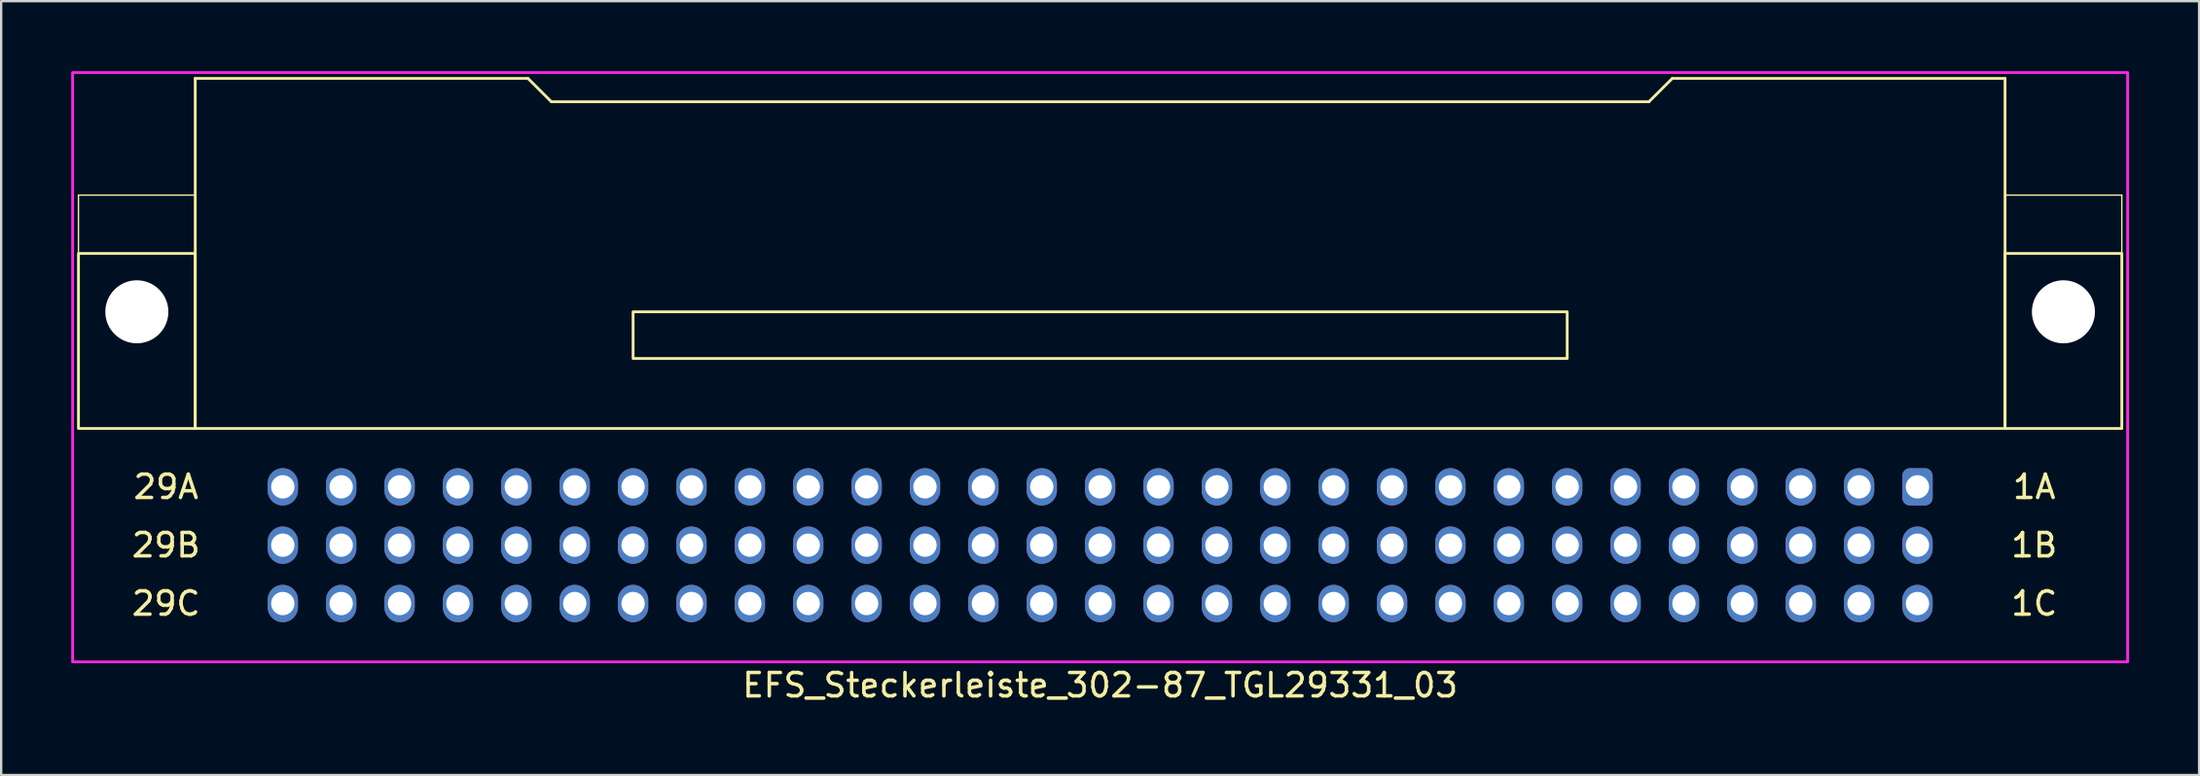
<source format=kicad_pcb>
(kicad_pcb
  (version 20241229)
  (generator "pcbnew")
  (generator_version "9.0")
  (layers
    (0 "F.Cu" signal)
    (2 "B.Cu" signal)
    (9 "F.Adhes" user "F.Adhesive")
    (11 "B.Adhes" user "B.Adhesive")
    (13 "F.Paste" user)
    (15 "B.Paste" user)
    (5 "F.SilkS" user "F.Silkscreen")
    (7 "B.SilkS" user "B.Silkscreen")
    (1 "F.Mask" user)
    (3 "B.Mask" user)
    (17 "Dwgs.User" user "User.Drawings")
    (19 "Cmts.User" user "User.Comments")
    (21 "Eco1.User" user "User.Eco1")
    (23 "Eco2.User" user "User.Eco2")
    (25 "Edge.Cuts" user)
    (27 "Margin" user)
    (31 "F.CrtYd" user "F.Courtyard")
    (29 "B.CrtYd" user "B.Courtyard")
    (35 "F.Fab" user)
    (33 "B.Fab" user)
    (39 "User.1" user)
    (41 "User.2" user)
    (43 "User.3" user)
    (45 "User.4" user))
  (footprint "EFS_Steckerleiste_302-87_TGL29331_03"
    (layer "F.Cu")
    (at 44.06 5.31)
    (property "Reference" "EFS_Steckerleiste_302-87_TGL29331_03" (at 0 21 180) (layer "F.SilkS") (effects (font (size 1 1) (thickness 0.15))))
    (attr through_hole)
    (fp_line (start -43.75 0) (end -43.75 2.5) (stroke (width 0.06) (type solid)) (layer "F.SilkS"))
    (fp_line (start -38.75 -5) (end -38.75 10) (stroke (width 0.12) (type solid)) (layer "F.SilkS"))
    (fp_line (start -38.75 -5) (end -24.5 -5) (stroke (width 0.12) (type solid)) (layer "F.SilkS"))
    (fp_line (start -38.75 0) (end -43.75 0) (stroke (width 0.06) (type solid)) (layer "F.SilkS"))
    (fp_line (start -38.75 10) (end 38.75 10) (stroke (width 0.12) (type solid)) (layer "F.SilkS"))
    (fp_line (start -24.5 -5) (end -23.5 -4) (stroke (width 0.12) (type solid)) (layer "F.SilkS"))
    (fp_line (start -23.5 -4) (end 23.5 -4) (stroke (width 0.12) (type solid)) (layer "F.SilkS"))
    (fp_line (start 24.5 -5) (end 23.5 -4) (stroke (width 0.12) (type solid)) (layer "F.SilkS"))
    (fp_line (start 38.75 -5) (end 24.5 -5) (stroke (width 0.12) (type solid)) (layer "F.SilkS"))
    (fp_line (start 38.75 10) (end 38.75 -5) (stroke (width 0.12) (type solid)) (layer "F.SilkS"))
    (fp_line (start 43.75 0) (end 38.75 0) (stroke (width 0.06) (type solid)) (layer "F.SilkS"))
    (fp_line (start 43.75 0) (end 43.75 2.5) (stroke (width 0.06) (type solid)) (layer "F.SilkS"))
    (fp_rect (start -38.75 10) (end -43.75 2.5) (stroke (width 0.12) (type solid)) (fill no) (layer "F.SilkS"))
    (fp_rect (start -20 7) (end 20 5) (stroke (width 0.12) (type solid)) (fill no) (layer "F.SilkS"))
    (fp_rect (start 43.75 10) (end 38.75 2.5) (stroke (width 0.12) (type solid)) (fill no) (layer "F.SilkS"))
    (fp_rect (start -44 -5.25) (end 44 20) (stroke (width 0.12) (type solid)) (fill no) (layer "F.CrtYd"))
    (fp_text user "1A" (at 40 12.5 0) (layer "F.SilkS") (effects (font (size 1 1) (thickness 0.15))))
    (fp_text user "29C" (at -40 17.5 0) (layer "F.SilkS") (effects (font (size 1 1) (thickness 0.15))))
    (fp_text user "1B" (at 40 15 0) (layer "F.SilkS") (effects (font (size 1 1) (thickness 0.15))))
    (fp_text user "29A" (at -40 12.5 0) (layer "F.SilkS") (effects (font (size 1 1) (thickness 0.15))))
    (fp_text user "29B" (at -40 15 0) (layer "F.SilkS") (effects (font (size 1 1) (thickness 0.15))))
    (fp_text user "1C" (at 40 17.5 0) (layer "F.SilkS") (effects (font (size 1 1) (thickness 0.15))))
    (pad "" np_thru_hole circle (at -41.25 5) (size 2.7 2.7) (drill 2.7) (layers "*.Cu" "*.Mask"))
    (pad "" np_thru_hole circle (at 41.25 5) (size 2.7 2.7) (drill 2.7) (layers "*.Cu" "*.Mask"))
    (pad "1a" thru_hole roundrect (at 35 12.5) (size 1.3 1.6) (drill 1) (layers "*.Cu" "*.Mask") (roundrect_rratio 0.25))
    (pad "1b" thru_hole oval (at 35 15) (size 1.3 1.6) (drill 1) (layers "*.Cu" "*.Mask"))
    (pad "1c" thru_hole oval (at 35 17.5) (size 1.3 1.6) (drill 1) (layers "*.Cu" "*.Mask"))
    (pad "2a" thru_hole oval (at 32.5 12.5) (size 1.3 1.6) (drill 1) (layers "*.Cu" "*.Mask"))
    (pad "2b" thru_hole oval (at 32.5 15) (size 1.3 1.6) (drill 1) (layers "*.Cu" "*.Mask"))
    (pad "2c" thru_hole oval (at 32.5 17.5) (size 1.3 1.6) (drill 1) (layers "*.Cu" "*.Mask"))
    (pad "3a" thru_hole oval (at 30 12.5) (size 1.3 1.6) (drill 1) (layers "*.Cu" "*.Mask"))
    (pad "3b" thru_hole oval (at 30 15) (size 1.3 1.6) (drill 1) (layers "*.Cu" "*.Mask"))
    (pad "3c" thru_hole oval (at 30 17.5) (size 1.3 1.6) (drill 1) (layers "*.Cu" "*.Mask"))
    (pad "4a" thru_hole oval (at 27.5 12.5) (size 1.3 1.6) (drill 1) (layers "*.Cu" "*.Mask"))
    (pad "4b" thru_hole oval (at 27.5 15) (size 1.3 1.6) (drill 1) (layers "*.Cu" "*.Mask"))
    (pad "4c" thru_hole oval (at 27.5 17.5) (size 1.3 1.6) (drill 1) (layers "*.Cu" "*.Mask"))
    (pad "5a" thru_hole oval (at 25 12.5) (size 1.3 1.6) (drill 1) (layers "*.Cu" "*.Mask"))
    (pad "5b" thru_hole oval (at 25 15) (size 1.3 1.6) (drill 1) (layers "*.Cu" "*.Mask"))
    (pad "5c" thru_hole oval (at 25 17.5) (size 1.3 1.6) (drill 1) (layers "*.Cu" "*.Mask"))
    (pad "6a" thru_hole oval (at 22.5 12.5) (size 1.3 1.6) (drill 1) (layers "*.Cu" "*.Mask"))
    (pad "6b" thru_hole oval (at 22.5 15) (size 1.3 1.6) (drill 1) (layers "*.Cu" "*.Mask"))
    (pad "6c" thru_hole oval (at 22.5 17.5) (size 1.3 1.6) (drill 1) (layers "*.Cu" "*.Mask"))
    (pad "7a" thru_hole oval (at 20 12.5) (size 1.3 1.6) (drill 1) (layers "*.Cu" "*.Mask"))
    (pad "7b" thru_hole oval (at 20 15) (size 1.3 1.6) (drill 1) (layers "*.Cu" "*.Mask"))
    (pad "7c" thru_hole oval (at 20 17.5) (size 1.3 1.6) (drill 1) (layers "*.Cu" "*.Mask"))
    (pad "8a" thru_hole oval (at 17.5 12.5) (size 1.3 1.6) (drill 1) (layers "*.Cu" "*.Mask"))
    (pad "8b" thru_hole oval (at 17.5 15) (size 1.3 1.6) (drill 1) (layers "*.Cu" "*.Mask"))
    (pad "8c" thru_hole oval (at 17.5 17.5) (size 1.3 1.6) (drill 1) (layers "*.Cu" "*.Mask"))
    (pad "9a" thru_hole oval (at 15 12.5) (size 1.3 1.6) (drill 1) (layers "*.Cu" "*.Mask"))
    (pad "9b" thru_hole oval (at 15 15) (size 1.3 1.6) (drill 1) (layers "*.Cu" "*.Mask"))
    (pad "9c" thru_hole oval (at 15 17.5) (size 1.3 1.6) (drill 1) (layers "*.Cu" "*.Mask"))
    (pad "10a" thru_hole oval (at 12.5 12.5) (size 1.3 1.6) (drill 1) (layers "*.Cu" "*.Mask"))
    (pad "10b" thru_hole oval (at 12.5 15) (size 1.3 1.6) (drill 1) (layers "*.Cu" "*.Mask"))
    (pad "10c" thru_hole oval (at 12.5 17.5) (size 1.3 1.6) (drill 1) (layers "*.Cu" "*.Mask"))
    (pad "11a" thru_hole oval (at 10 12.5) (size 1.3 1.6) (drill 1) (layers "*.Cu" "*.Mask"))
    (pad "11b" thru_hole oval (at 10 15) (size 1.3 1.6) (drill 1) (layers "*.Cu" "*.Mask"))
    (pad "11c" thru_hole oval (at 10 17.5) (size 1.3 1.6) (drill 1) (layers "*.Cu" "*.Mask"))
    (pad "12a" thru_hole oval (at 7.5 12.5) (size 1.3 1.6) (drill 1) (layers "*.Cu" "*.Mask"))
    (pad "12b" thru_hole oval (at 7.5 15) (size 1.3 1.6) (drill 1) (layers "*.Cu" "*.Mask"))
    (pad "12c" thru_hole oval (at 7.5 17.5) (size 1.3 1.6) (drill 1) (layers "*.Cu" "*.Mask"))
    (pad "13a" thru_hole oval (at 5 12.5) (size 1.3 1.6) (drill 1) (layers "*.Cu" "*.Mask"))
    (pad "13b" thru_hole oval (at 5 15) (size 1.3 1.6) (drill 1) (layers "*.Cu" "*.Mask"))
    (pad "13c" thru_hole oval (at 5 17.5) (size 1.3 1.6) (drill 1) (layers "*.Cu" "*.Mask"))
    (pad "14a" thru_hole oval (at 2.5 12.5) (size 1.3 1.6) (drill 1) (layers "*.Cu" "*.Mask"))
    (pad "14b" thru_hole oval (at 2.5 15) (size 1.3 1.6) (drill 1) (layers "*.Cu" "*.Mask"))
    (pad "14c" thru_hole oval (at 2.5 17.5) (size 1.3 1.6) (drill 1) (layers "*.Cu" "*.Mask"))
    (pad "15a" thru_hole oval (at 0 12.5) (size 1.3 1.6) (drill 1) (layers "*.Cu" "*.Mask"))
    (pad "15b" thru_hole oval (at 0 15) (size 1.3 1.6) (drill 1) (layers "*.Cu" "*.Mask"))
    (pad "15c" thru_hole oval (at 0 17.5) (size 1.3 1.6) (drill 1) (layers "*.Cu" "*.Mask"))
    (pad "16a" thru_hole oval (at -2.5 12.5) (size 1.3 1.6) (drill 1) (layers "*.Cu" "*.Mask"))
    (pad "16b" thru_hole oval (at -2.5 15) (size 1.3 1.6) (drill 1) (layers "*.Cu" "*.Mask"))
    (pad "16c" thru_hole oval (at -2.5 17.5) (size 1.3 1.6) (drill 1) (layers "*.Cu" "*.Mask"))
    (pad "17a" thru_hole oval (at -5 12.5) (size 1.3 1.6) (drill 1) (layers "*.Cu" "*.Mask"))
    (pad "17b" thru_hole oval (at -5 15) (size 1.3 1.6) (drill 1) (layers "*.Cu" "*.Mask"))
    (pad "17c" thru_hole oval (at -5 17.5) (size 1.3 1.6) (drill 1) (layers "*.Cu" "*.Mask"))
    (pad "18a" thru_hole oval (at -7.5 12.5) (size 1.3 1.6) (drill 1) (layers "*.Cu" "*.Mask"))
    (pad "18b" thru_hole oval (at -7.5 15) (size 1.3 1.6) (drill 1) (layers "*.Cu" "*.Mask"))
    (pad "18c" thru_hole oval (at -7.5 17.5) (size 1.3 1.6) (drill 1) (layers "*.Cu" "*.Mask"))
    (pad "19a" thru_hole oval (at -10 12.5) (size 1.3 1.6) (drill 1) (layers "*.Cu" "*.Mask"))
    (pad "19b" thru_hole oval (at -10 15) (size 1.3 1.6) (drill 1) (layers "*.Cu" "*.Mask"))
    (pad "19c" thru_hole oval (at -10 17.5) (size 1.3 1.6) (drill 1) (layers "*.Cu" "*.Mask"))
    (pad "20a" thru_hole oval (at -12.5 12.5) (size 1.3 1.6) (drill 1) (layers "*.Cu" "*.Mask"))
    (pad "20b" thru_hole oval (at -12.5 15) (size 1.3 1.6) (drill 1) (layers "*.Cu" "*.Mask"))
    (pad "20c" thru_hole oval (at -12.5 17.5) (size 1.3 1.6) (drill 1) (layers "*.Cu" "*.Mask"))
    (pad "21a" thru_hole oval (at -15 12.5) (size 1.3 1.6) (drill 1) (layers "*.Cu" "*.Mask"))
    (pad "21b" thru_hole oval (at -15 15) (size 1.3 1.6) (drill 1) (layers "*.Cu" "*.Mask"))
    (pad "21c" thru_hole oval (at -15 17.5) (size 1.3 1.6) (drill 1) (layers "*.Cu" "*.Mask"))
    (pad "22a" thru_hole oval (at -17.5 12.5) (size 1.3 1.6) (drill 1) (layers "*.Cu" "*.Mask"))
    (pad "22b" thru_hole oval (at -17.5 15) (size 1.3 1.6) (drill 1) (layers "*.Cu" "*.Mask"))
    (pad "22c" thru_hole oval (at -17.5 17.5) (size 1.3 1.6) (drill 1) (layers "*.Cu" "*.Mask"))
    (pad "23a" thru_hole oval (at -20 12.5) (size 1.3 1.6) (drill 1) (layers "*.Cu" "*.Mask"))
    (pad "23b" thru_hole oval (at -20 15) (size 1.3 1.6) (drill 1) (layers "*.Cu" "*.Mask"))
    (pad "23c" thru_hole oval (at -20 17.5) (size 1.3 1.6) (drill 1) (layers "*.Cu" "*.Mask"))
    (pad "24a" thru_hole oval (at -22.5 12.5) (size 1.3 1.6) (drill 1) (layers "*.Cu" "*.Mask"))
    (pad "24b" thru_hole oval (at -22.5 15) (size 1.3 1.6) (drill 1) (layers "*.Cu" "*.Mask"))
    (pad "24c" thru_hole oval (at -22.5 17.5) (size 1.3 1.6) (drill 1) (layers "*.Cu" "*.Mask"))
    (pad "25a" thru_hole oval (at -25 12.5) (size 1.3 1.6) (drill 1) (layers "*.Cu" "*.Mask"))
    (pad "25b" thru_hole oval (at -25 15) (size 1.3 1.6) (drill 1) (layers "*.Cu" "*.Mask"))
    (pad "25c" thru_hole oval (at -25 17.5) (size 1.3 1.6) (drill 1) (layers "*.Cu" "*.Mask"))
    (pad "26a" thru_hole oval (at -27.5 12.5) (size 1.3 1.6) (drill 1) (layers "*.Cu" "*.Mask"))
    (pad "26b" thru_hole oval (at -27.5 15) (size 1.3 1.6) (drill 1) (layers "*.Cu" "*.Mask"))
    (pad "26c" thru_hole oval (at -27.5 17.5) (size 1.3 1.6) (drill 1) (layers "*.Cu" "*.Mask"))
    (pad "27a" thru_hole oval (at -30 12.5) (size 1.3 1.6) (drill 1) (layers "*.Cu" "*.Mask"))
    (pad "27b" thru_hole oval (at -30 15) (size 1.3 1.6) (drill 1) (layers "*.Cu" "*.Mask"))
    (pad "27c" thru_hole oval (at -30 17.5) (size 1.3 1.6) (drill 1) (layers "*.Cu" "*.Mask"))
    (pad "28a" thru_hole oval (at -32.5 12.5) (size 1.3 1.6) (drill 1) (layers "*.Cu" "*.Mask"))
    (pad "28b" thru_hole oval (at -32.5 15) (size 1.3 1.6) (drill 1) (layers "*.Cu" "*.Mask"))
    (pad "28c" thru_hole oval (at -32.5 17.5) (size 1.3 1.6) (drill 1) (layers "*.Cu" "*.Mask"))
    (pad "29a" thru_hole oval (at -35 12.5) (size 1.3 1.6) (drill 1) (layers "*.Cu" "*.Mask"))
    (pad "29b" thru_hole oval (at -35 15) (size 1.3 1.6) (drill 1) (layers "*.Cu" "*.Mask"))
    (pad "29c" thru_hole oval (at -35 17.5) (size 1.3 1.6) (drill 1) (layers "*.Cu" "*.Mask")))
  (gr_rect
    (start -3 -3)
    (end 91.12 30.158)
    (stroke (width 0.1) (type default))
    (fill no)
    (layer "Edge.Cuts")))
</source>
